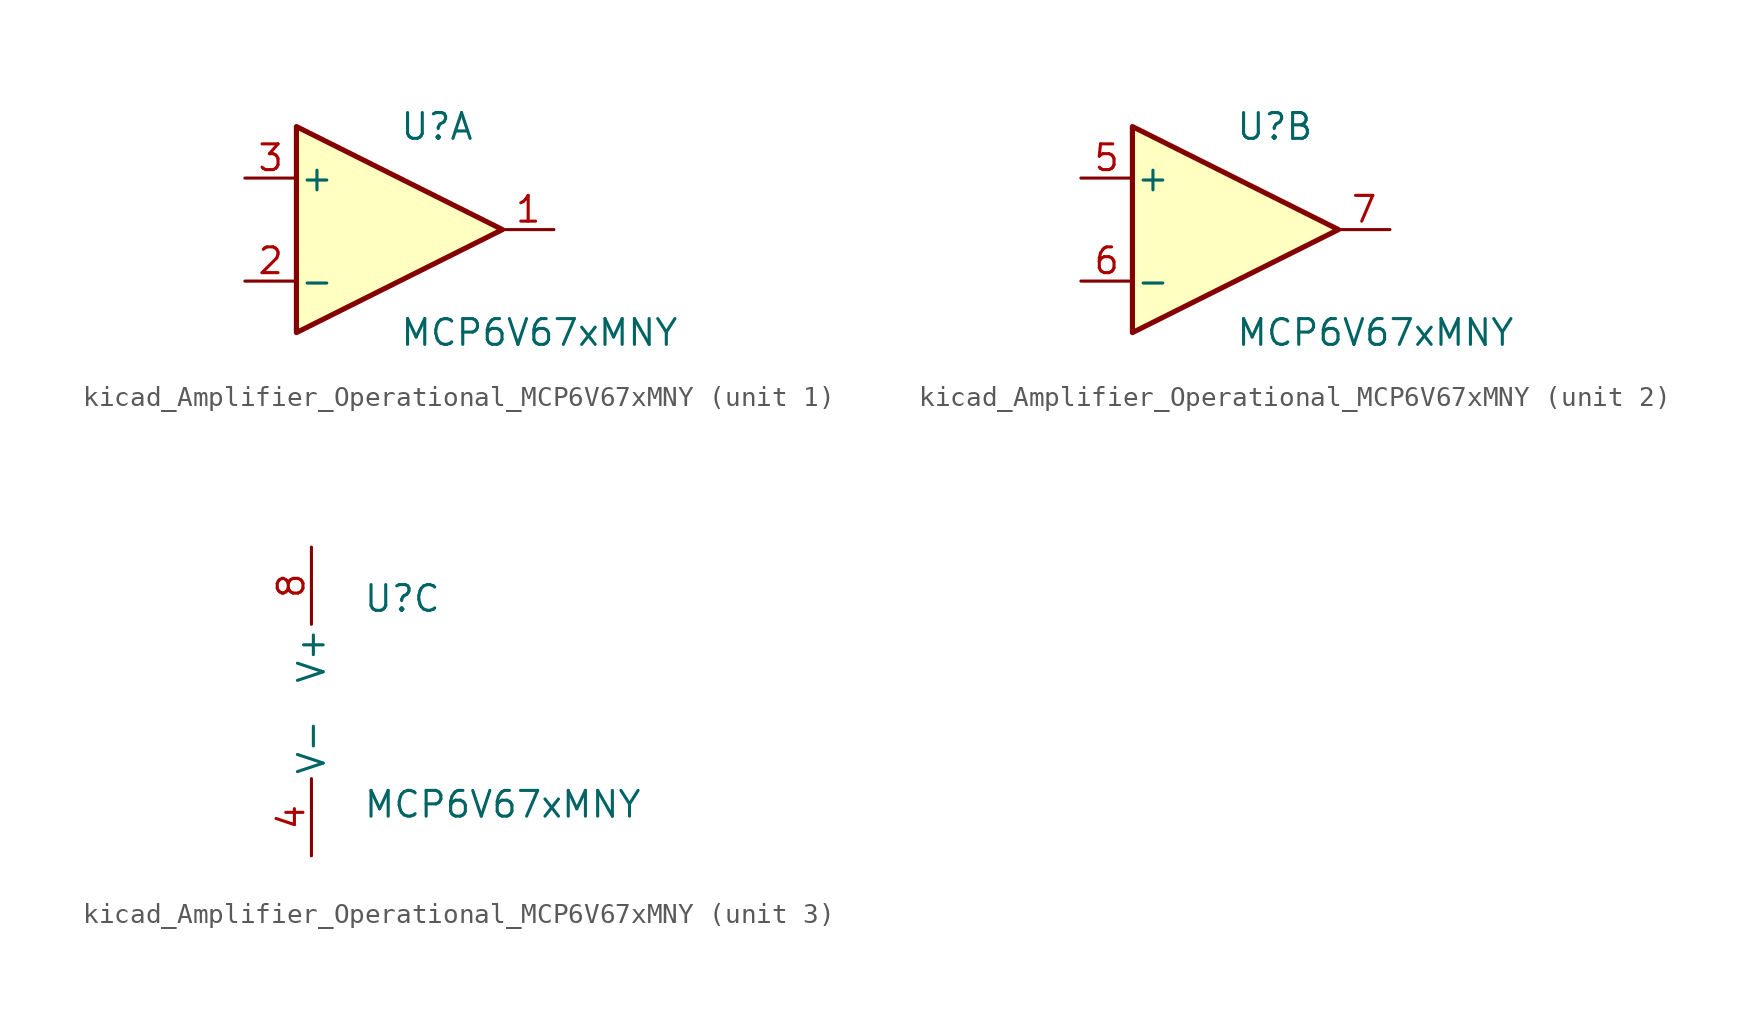
<source format=kicad_sym>
(kicad_symbol_lib
  (version 20220914)
  (generator kicad_symbol_editor)
  (symbol "kicad_Amplifier_Operational_MCP6V67xMNY"
    (pin_names
      (offset 0.127))
    (property "Reference" "U"
      (at 0 5.08 0)
      (effects (font (size 1.27 1.27)) (justify left)))
    (property "Value" "MCP6V67xMNY"
      (at 0 -5.08 0)
      (effects (font (size 1.27 1.27)) (justify left)))
    (property "ki_locked" ""
      (at 0 0 0)
      (effects (font (size 1.27 1.27))))
    (symbol "kicad_Amplifier_Operational_MCP6V67xMNY_1_1"
      (polyline (pts (xy -5.08 5.08) (xy 5.08 0) (xy -5.08 -5.08) (xy -5.08 5.08)) (stroke (width 0.254) (type default)) (fill (type background)))
      (pin output line (at 7.62 0 180) (length 2.54) (name "~" (effects (font (size 1.27 1.27)))) (number "1" (effects (font (size 1.27 1.27)))))
      (pin input line (at -7.62 -2.54 0) (length 2.54) (name "-" (effects (font (size 1.27 1.27)))) (number "2" (effects (font (size 1.27 1.27)))))
      (pin input line (at -7.62 2.54 0) (length 2.54) (name "+" (effects (font (size 1.27 1.27)))) (number "3" (effects (font (size 1.27 1.27))))))
    (symbol "kicad_Amplifier_Operational_MCP6V67xMNY_2_1"
      (polyline (pts (xy -5.08 5.08) (xy 5.08 0) (xy -5.08 -5.08) (xy -5.08 5.08)) (stroke (width 0.254) (type default)) (fill (type background)))
      (pin input line (at -7.62 2.54 0) (length 2.54) (name "+" (effects (font (size 1.27 1.27)))) (number "5" (effects (font (size 1.27 1.27)))))
      (pin input line (at -7.62 -2.54 0) (length 2.54) (name "-" (effects (font (size 1.27 1.27)))) (number "6" (effects (font (size 1.27 1.27)))))
      (pin output line (at 7.62 0 180) (length 2.54) (name "~" (effects (font (size 1.27 1.27)))) (number "7" (effects (font (size 1.27 1.27))))))
    (symbol "kicad_Amplifier_Operational_MCP6V67xMNY_3_1"
      (pin power_in line (at -2.54 -7.62 90) (length 3.81) (name "V-" (effects (font (size 1.27 1.27)))) (number "4" (effects (font (size 1.27 1.27)))))
      (pin power_in line (at -2.54 7.62 270) (length 3.81) (name "V+" (effects (font (size 1.27 1.27)))) (number "8" (effects (font (size 1.27 1.27)))))
      (pin passive line (at -2.54 -7.62 90) (length 3.81) hide (name "V-" (effects (font (size 1.27 1.27)))) (number "9" (effects (font (size 1.27 1.27))))))))
</source>
